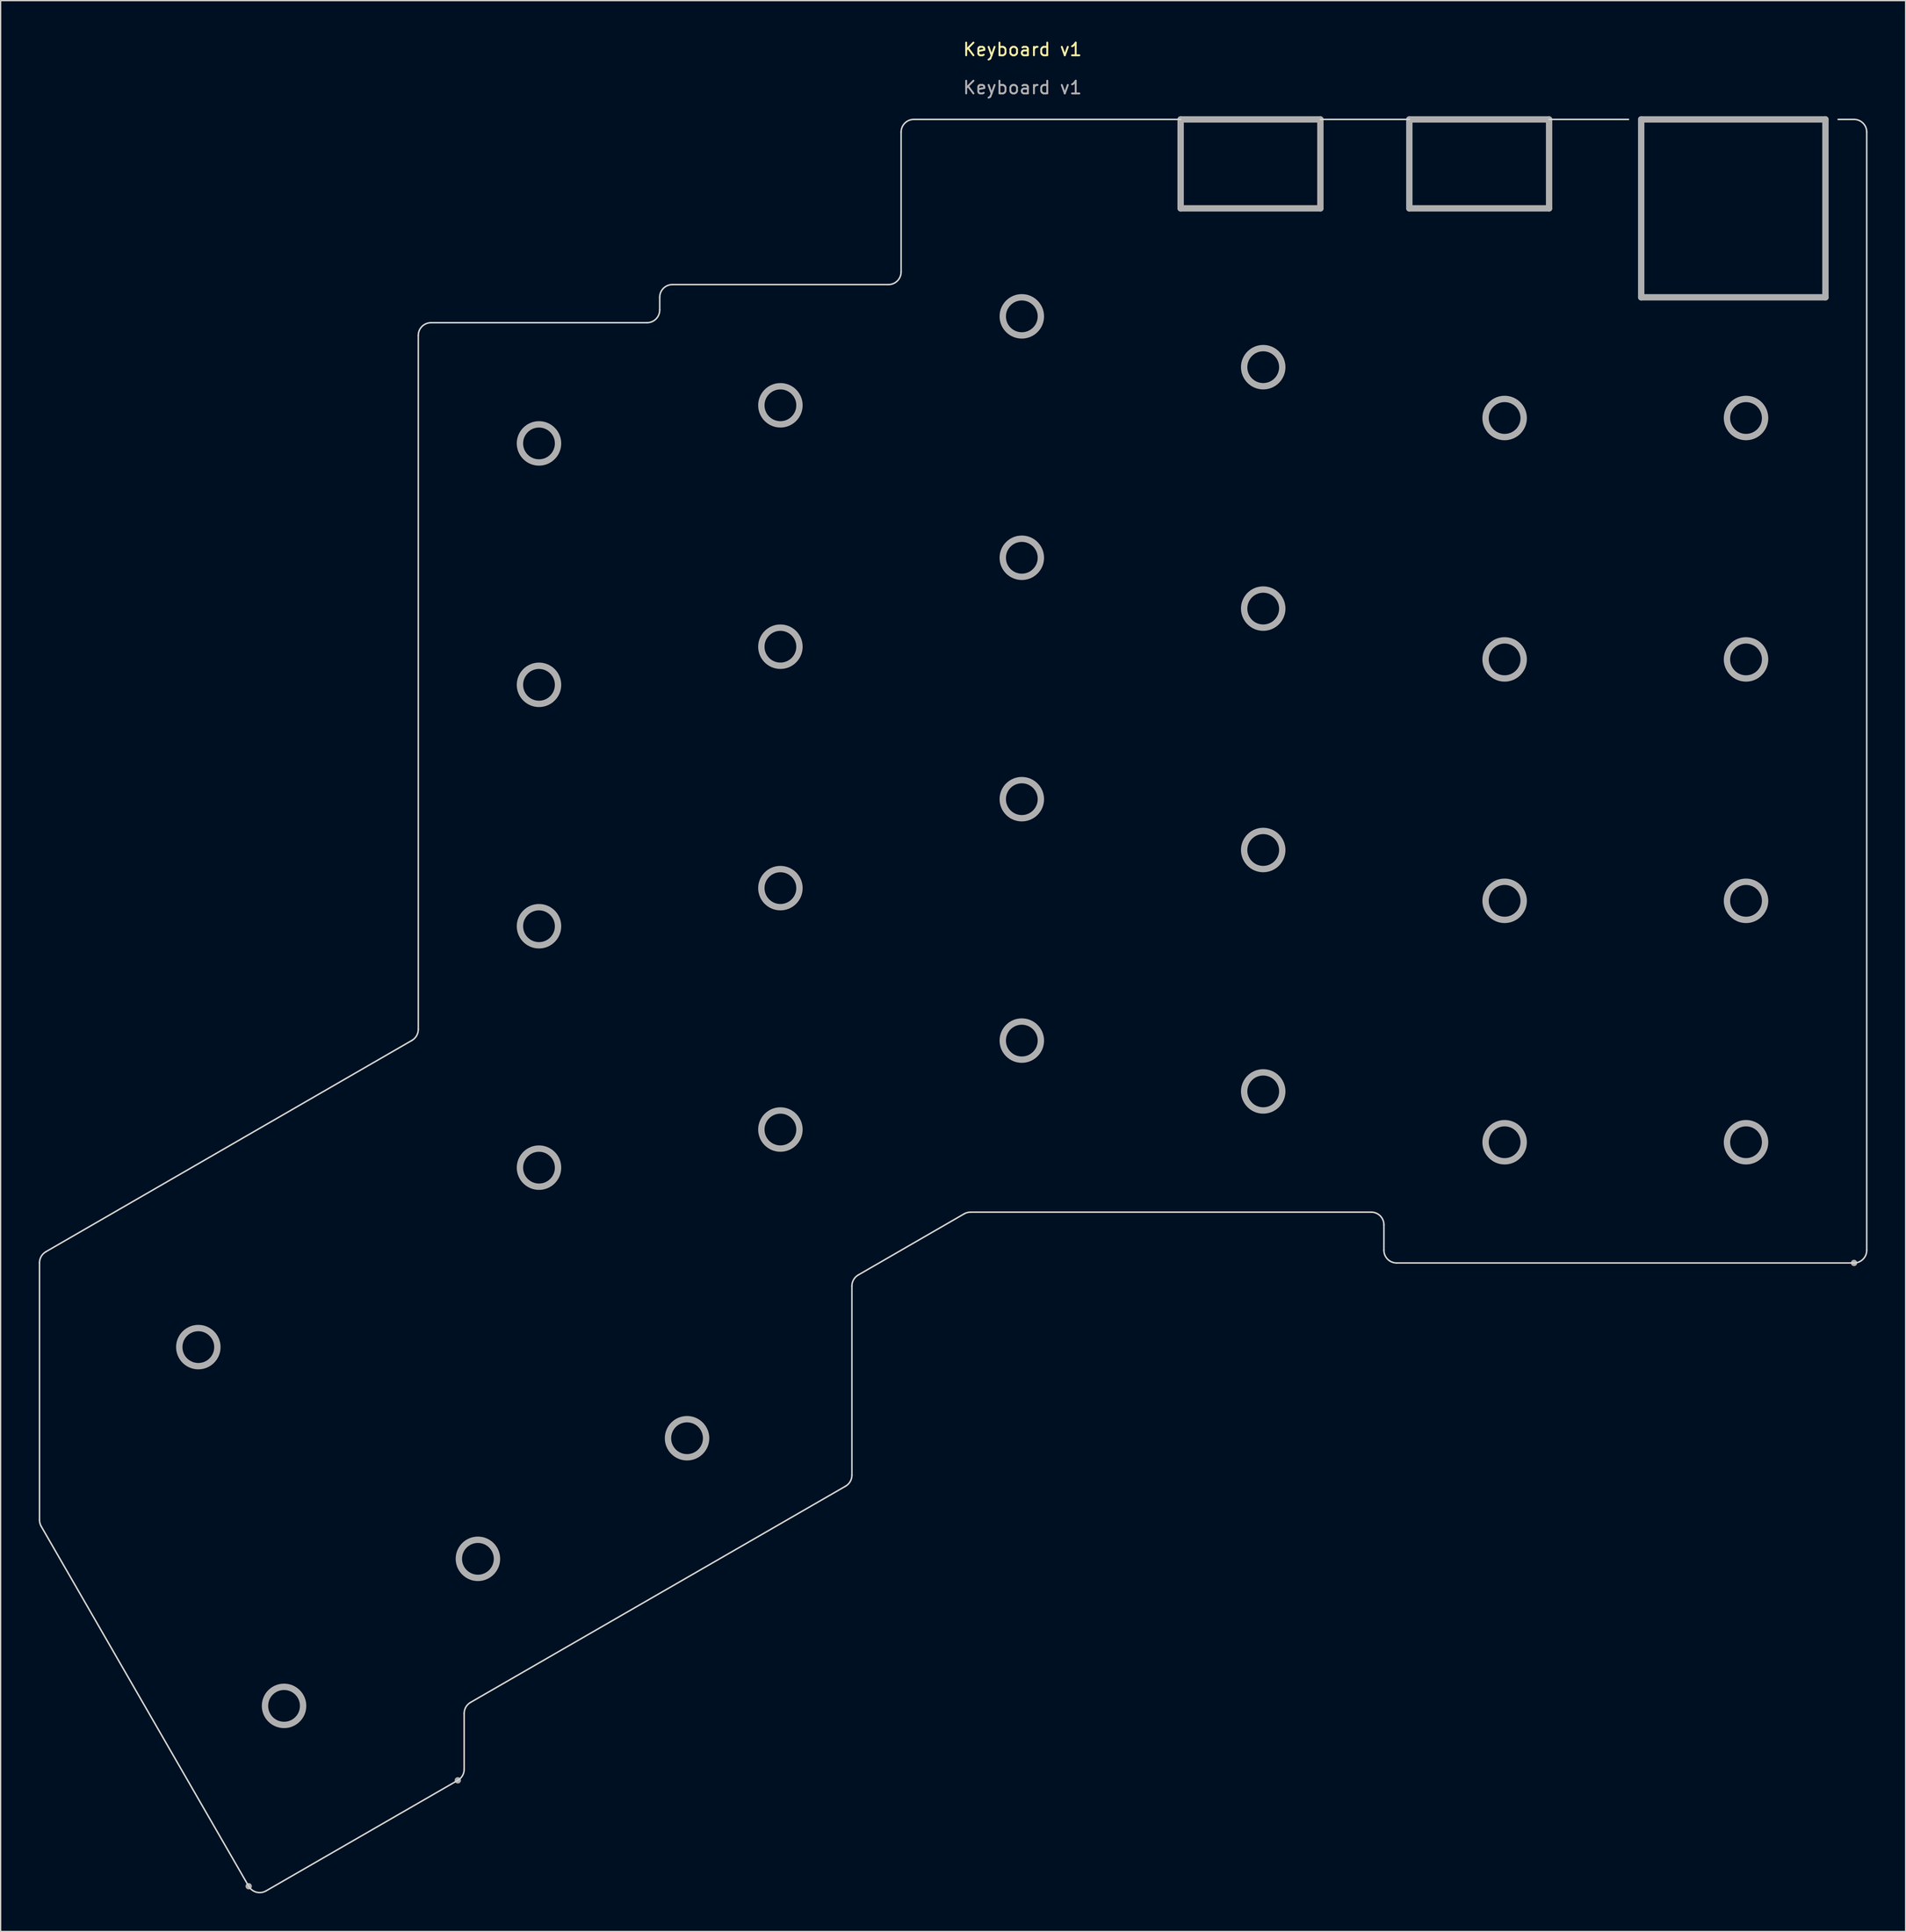
<source format=kicad_pcb>
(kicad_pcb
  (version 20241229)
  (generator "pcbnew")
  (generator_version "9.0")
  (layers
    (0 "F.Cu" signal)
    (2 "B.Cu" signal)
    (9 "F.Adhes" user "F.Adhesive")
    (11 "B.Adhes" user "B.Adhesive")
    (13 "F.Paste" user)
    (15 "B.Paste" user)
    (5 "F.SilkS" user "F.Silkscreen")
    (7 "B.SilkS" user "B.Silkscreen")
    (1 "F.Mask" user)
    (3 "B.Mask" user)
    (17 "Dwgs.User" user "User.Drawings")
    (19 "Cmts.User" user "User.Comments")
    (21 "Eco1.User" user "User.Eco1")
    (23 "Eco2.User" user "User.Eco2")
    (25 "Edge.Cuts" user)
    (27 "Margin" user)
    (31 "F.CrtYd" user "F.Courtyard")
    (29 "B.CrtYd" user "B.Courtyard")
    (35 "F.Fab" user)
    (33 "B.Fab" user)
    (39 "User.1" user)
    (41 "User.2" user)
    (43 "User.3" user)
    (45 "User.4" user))
  (footprint "Keyboard v1"
    (layer "F.Cu")
    (at 77.422 59.848)
    (property "Reference" "Keyboard v1" (at 0 -59 0) (unlocked yes) (layer "F.SilkS") (effects (font (size 1 1) (thickness 0.15))))
    (attr smd)
    (fp_line (start -77.362 56.731) (end -77.362 36.484) (stroke (width 0.12) (type default)) (layer "Edge.Cuts"))
    (fp_line (start -77.228 57.231) (end -60.899 85.554) (stroke (width 0.12) (type default)) (layer "Edge.Cuts"))
    (fp_line (start -76.862 35.618) (end -48.043 18.98) (stroke (width 0.12) (type default)) (layer "Edge.Cuts"))
    (fp_line (start -59.533 85.921) (end -44.44 77.219) (stroke (width 0.12) (type default)) (layer "Edge.Cuts"))
    (fp_line (start -47.55 -36.5) (end -47.55 18.118) (stroke (width 0.12) (type default)) (layer "Edge.Cuts"))
    (fp_line (start -43.94 76.353) (end -43.94 71.953) (stroke (width 0.12) (type default)) (layer "Edge.Cuts"))
    (fp_line (start -43.433 71.083) (end -13.917 54.066) (stroke (width 0.12) (type default)) (layer "Edge.Cuts"))
    (fp_line (start -29.55 -37.5) (end -46.563 -37.5) (stroke (width 0.12) (type default)) (layer "Edge.Cuts"))
    (fp_line (start -28.55 -39.5) (end -28.55 -38.5) (stroke (width 0.12) (type default)) (layer "Edge.Cuts"))
    (fp_line (start -13.422 53.204) (end -13.422 38.313) (stroke (width 0.12) (type default)) (layer "Edge.Cuts"))
    (fp_line (start -12.917 37.444) (end -4.586 32.634) (stroke (width 0.12) (type default)) (layer "Edge.Cuts"))
    (fp_line (start -10.55 -40.5) (end -27.563 -40.5) (stroke (width 0.12) (type default)) (layer "Edge.Cuts"))
    (fp_line (start -9.55 -41.5) (end -9.55 -52.5) (stroke (width 0.12) (type default)) (layer "Edge.Cuts"))
    (fp_line (start -4.081 32.5) (end 27.45 32.5) (stroke (width 0.12) (type default)) (layer "Edge.Cuts"))
    (fp_line (start 12.45 -53.5) (end -8.563 -53.5) (stroke (width 0.12) (type default)) (layer "Edge.Cuts"))
    (fp_line (start 28.45 35.497) (end 28.45 33.5) (stroke (width 0.12) (type default)) (layer "Edge.Cuts"))
    (fp_line (start 30.45 -53.5) (end 23.45 -53.5) (stroke (width 0.12) (type default)) (layer "Edge.Cuts"))
    (fp_line (start 47.7 -53.5) (end 41.45 -53.5) (stroke (width 0.12) (type default)) (layer "Edge.Cuts"))
    (fp_line (start 65.45 36.5) (end 29.45 36.5) (stroke (width 0.12) (type default)) (layer "Edge.Cuts"))
    (fp_line (start 65.45 -53.5) (end 64.2 -53.5) (stroke (width 0.12) (type default)) (layer "Edge.Cuts"))
    (fp_line (start 66.45 -52.5) (end 66.45 35.5) (stroke (width 0.12) (type default)) (layer "Edge.Cuts"))
    (fp_arc (start -77.361945 36.484356) (mid -77.227976 35.984367) (end -76.861945 35.618365) (stroke (width 0.12) (type default)) (layer "Edge.Cuts"))
    (fp_arc (start -77.228302 57.230708) (mid -77.327964 56.989784) (end -77.361945 56.731284) (stroke (width 0.12) (type default)) (layer "Edge.Cuts"))
    (fp_arc (start -59.533483 85.920616) (mid -60.292385 86.020049) (end -60.899321 85.553734) (stroke (width 0.12) (type default)) (layer "Edge.Cuts"))
    (fp_arc (start -47.55 -36.500144) (mid -47.261636 -37.202609) (end -46.562944 -37.5) (stroke (width 0.12) (type default)) (layer "Edge.Cuts"))
    (fp_arc (start -47.55 18.117756) (mid -47.682063 18.614423) (end -48.043338 18.979935) (stroke (width 0.12) (type default)) (layer "Edge.Cuts"))
    (fp_arc (start -43.939515 71.953056) (mid -43.803554 71.44965) (end -43.432692 71.083094) (stroke (width 0.12) (type default)) (layer "Edge.Cuts"))
    (fp_arc (start -43.939515 76.352556) (mid -44.073642 76.852818) (end -44.440051 77.218874) (stroke (width 0.12) (type default)) (layer "Edge.Cuts"))
    (fp_arc (start -28.55 -39.500144) (mid -28.261636 -40.202609) (end -27.562944 -40.5) (stroke (width 0.12) (type default)) (layer "Edge.Cuts"))
    (fp_arc (start -28.55 -38.500044) (mid -28.842917 -37.792929) (end -29.550061 -37.500083) (stroke (width 0.12) (type default)) (layer "Edge.Cuts"))
    (fp_arc (start -13.422463 38.313156) (mid -13.286914 37.810447) (end -12.917065 37.443976) (stroke (width 0.12) (type default)) (layer "Edge.Cuts"))
    (fp_arc (start -13.422463 53.203556) (mid -13.554699 53.700619) (end -13.916465 54.066246) (stroke (width 0.12) (type default)) (layer "Edge.Cuts"))
    (fp_arc (start -9.55 -52.500144) (mid -9.261636 -53.202609) (end -8.562944 -53.5) (stroke (width 0.12) (type default)) (layer "Edge.Cuts"))
    (fp_arc (start -9.55 -41.500044) (mid -9.842917 -40.792929) (end -10.550061 -40.500083) (stroke (width 0.12) (type default)) (layer "Edge.Cuts"))
    (fp_arc (start -4.585796 32.633916) (mid -4.342231 32.533396) (end -4.080863 32.5) (stroke (width 0.12) (type default)) (layer "Edge.Cuts"))
    (fp_arc (start 27.450039 32.5) (mid 28.15712 32.792907) (end 28.45 33.5) (stroke (width 0.12) (type default)) (layer "Edge.Cuts"))
    (fp_arc (start 29.450039 36.5) (mid 28.741771 36.205987) (end 28.45 35.496794) (stroke (width 0.12) (type default)) (layer "Edge.Cuts"))
    (fp_arc (start 65.450039 -53.5) (mid 66.15712 -53.207093) (end 66.45 -52.5) (stroke (width 0.12) (type default)) (layer "Edge.Cuts"))
    (fp_arc (start 66.45 35.499956) (mid 66.157083 36.207071) (end 65.449939 36.499917) (stroke (width 0.12) (type default)) (layer "Edge.Cuts"))
    (fp_line (start -60.899 85.554) (end -60.899 85.554) (stroke (width 0.5) (type default)) (layer "F.Fab"))
    (fp_line (start -44.44 77.219) (end -44.44 77.219) (stroke (width 0.5) (type default)) (layer "F.Fab"))
    (fp_line (start -29.55 -37.5) (end -29.55 -37.5) (stroke (width 0.12) (type default)) (layer "F.Fab"))
    (fp_line (start -10.55 -40.5) (end -10.55 -40.5) (stroke (width 0.12) (type default)) (layer "F.Fab"))
    (fp_line (start 12.45 -53.5) (end 12.45 -46.5) (stroke (width 0.5) (type default)) (layer "F.Fab"))
    (fp_line (start 12.45 -46.5) (end 23.45 -46.5) (stroke (width 0.5) (type default)) (layer "F.Fab"))
    (fp_line (start 23.45 -53.5) (end 12.45 -53.5) (stroke (width 0.5) (type default)) (layer "F.Fab"))
    (fp_line (start 23.45 -46.5) (end 23.45 -53.5) (stroke (width 0.5) (type default)) (layer "F.Fab"))
    (fp_line (start 30.45 -53.5) (end 30.45 -46.5) (stroke (width 0.5) (type default)) (layer "F.Fab"))
    (fp_line (start 30.45 -46.5) (end 41.45 -46.5) (stroke (width 0.5) (type default)) (layer "F.Fab"))
    (fp_line (start 41.45 -53.5) (end 30.45 -53.5) (stroke (width 0.5) (type default)) (layer "F.Fab"))
    (fp_line (start 41.45 -46.5) (end 41.45 -53.5) (stroke (width 0.5) (type default)) (layer "F.Fab"))
    (fp_line (start 48.7 -53.5) (end 48.7 -39.5) (stroke (width 0.5) (type default)) (layer "F.Fab"))
    (fp_line (start 48.7 -39.5) (end 63.2 -39.5) (stroke (width 0.5) (type default)) (layer "F.Fab"))
    (fp_line (start 63.2 -53.5) (end 48.7 -53.5) (stroke (width 0.5) (type default)) (layer "F.Fab"))
    (fp_line (start 63.2 -39.5) (end 63.2 -53.5) (stroke (width 0.5) (type default)) (layer "F.Fab"))
    (fp_line (start 65.45 36.5) (end 65.45 36.5) (stroke (width 0.5) (type default)) (layer "F.Fab"))
    (fp_circle (center -64.862 43.124) (end -63.362 43.124) (stroke (width 0.5) (type default)) (fill no) (layer "F.Fab"))
    (fp_circle (center -58.116 71.36) (end -56.616 71.36) (stroke (width 0.5) (type default)) (fill no) (layer "F.Fab"))
    (fp_circle (center -42.858 59.786) (end -41.358 59.786) (stroke (width 0.5) (type default)) (fill no) (layer "F.Fab"))
    (fp_circle (center -38.05 -28) (end -36.55 -28) (stroke (width 0.5) (type default)) (fill no) (layer "F.Fab"))
    (fp_circle (center -38.05 -9) (end -36.55 -9) (stroke (width 0.5) (type default)) (fill no) (layer "F.Fab"))
    (fp_circle (center -38.05 10) (end -36.55 10) (stroke (width 0.5) (type default)) (fill no) (layer "F.Fab"))
    (fp_circle (center -38.05 29) (end -36.55 29) (stroke (width 0.5) (type default)) (fill no) (layer "F.Fab"))
    (fp_circle (center -26.398 50.296) (end -24.898 50.296) (stroke (width 0.5) (type default)) (fill no) (layer "F.Fab"))
    (fp_circle (center -19.05 -31) (end -17.55 -31) (stroke (width 0.5) (type default)) (fill no) (layer "F.Fab"))
    (fp_circle (center -19.05 -12) (end -17.55 -12) (stroke (width 0.5) (type default)) (fill no) (layer "F.Fab"))
    (fp_circle (center -19.05 7) (end -17.55 7) (stroke (width 0.5) (type default)) (fill no) (layer "F.Fab"))
    (fp_circle (center -19.05 26) (end -17.55 26) (stroke (width 0.5) (type default)) (fill no) (layer "F.Fab"))
    (fp_circle (center -0.05 -38) (end 1.45 -38) (stroke (width 0.5) (type default)) (fill no) (layer "F.Fab"))
    (fp_circle (center -0.05 -19) (end 1.45 -19) (stroke (width 0.5) (type default)) (fill no) (layer "F.Fab"))
    (fp_circle (center -0.05 0) (end 1.45 0) (stroke (width 0.5) (type default)) (fill no) (layer "F.Fab"))
    (fp_circle (center -0.05 19) (end 1.45 19) (stroke (width 0.5) (type default)) (fill no) (layer "F.Fab"))
    (fp_circle (center 18.95 -34) (end 20.45 -34) (stroke (width 0.5) (type default)) (fill no) (layer "F.Fab"))
    (fp_circle (center 18.95 -15) (end 20.45 -15) (stroke (width 0.5) (type default)) (fill no) (layer "F.Fab"))
    (fp_circle (center 18.95 4) (end 20.45 4) (stroke (width 0.5) (type default)) (fill no) (layer "F.Fab"))
    (fp_circle (center 18.95 23) (end 20.45 23) (stroke (width 0.5) (type default)) (fill no) (layer "F.Fab"))
    (fp_circle (center 37.95 -30) (end 39.45 -30) (stroke (width 0.5) (type default)) (fill no) (layer "F.Fab"))
    (fp_circle (center 37.95 -11) (end 39.45 -11) (stroke (width 0.5) (type default)) (fill no) (layer "F.Fab"))
    (fp_circle (center 37.95 8) (end 39.45 8) (stroke (width 0.5) (type default)) (fill no) (layer "F.Fab"))
    (fp_circle (center 37.95 27) (end 39.45 27) (stroke (width 0.5) (type default)) (fill no) (layer "F.Fab"))
    (fp_circle (center 56.95 -30) (end 58.45 -30) (stroke (width 0.5) (type default)) (fill no) (layer "F.Fab"))
    (fp_circle (center 56.95 -11) (end 58.45 -11) (stroke (width 0.5) (type default)) (fill no) (layer "F.Fab"))
    (fp_circle (center 56.95 8) (end 58.45 8) (stroke (width 0.5) (type default)) (fill no) (layer "F.Fab"))
    (fp_circle (center 56.95 27) (end 58.45 27) (stroke (width 0.5) (type default)) (fill no) (layer "F.Fab"))
    (fp_text user "${REFERENCE}" (at 0 -56 0) (unlocked yes) (layer "F.Fab") (effects (font (size 1 1) (thickness 0.15)))))
  (gr_rect
    (start -3 -3)
    (end 146.932 148.963)
    (stroke (width 0.1) (type default))
    (fill no)
    (layer "Edge.Cuts")))
</source>
